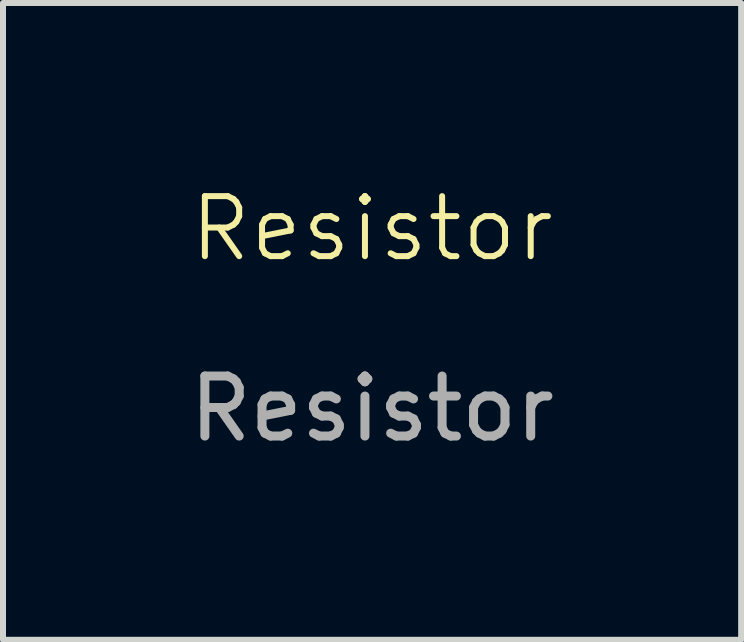
<source format=kicad_pcb>
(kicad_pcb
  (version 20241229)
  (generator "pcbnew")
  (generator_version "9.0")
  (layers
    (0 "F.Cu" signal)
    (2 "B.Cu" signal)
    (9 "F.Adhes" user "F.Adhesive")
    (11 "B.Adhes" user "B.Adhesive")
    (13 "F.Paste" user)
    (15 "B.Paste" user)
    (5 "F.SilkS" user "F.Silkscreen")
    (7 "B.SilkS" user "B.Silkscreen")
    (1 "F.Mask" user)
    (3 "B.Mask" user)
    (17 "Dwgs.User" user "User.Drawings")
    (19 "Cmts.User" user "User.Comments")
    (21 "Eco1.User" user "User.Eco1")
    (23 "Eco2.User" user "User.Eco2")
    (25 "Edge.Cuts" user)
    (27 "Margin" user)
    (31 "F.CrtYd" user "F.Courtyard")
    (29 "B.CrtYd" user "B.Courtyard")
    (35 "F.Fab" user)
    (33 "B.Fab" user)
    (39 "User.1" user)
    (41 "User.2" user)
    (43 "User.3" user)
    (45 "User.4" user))
  (footprint "Resistor"
    (layer "F.Cu")
    (at 3.149 1.26)
    (property "Reference" "Resistor" (at 0 -0.5 0) (unlocked yes) (layer "F.SilkS") (effects (font (size 1 1) (thickness 0.1))))
    (attr smd)
    (fp_text user "${REFERENCE}" (at 0 2.5 0) (unlocked yes) (layer "F.Fab") (effects (font (size 1 1) (thickness 0.15)))))
  (gr_rect
    (start -3 -3)
    (end 9.298 7.609)
    (stroke (width 0.1) (type default))
    (fill no)
    (layer "Edge.Cuts")))
</source>
